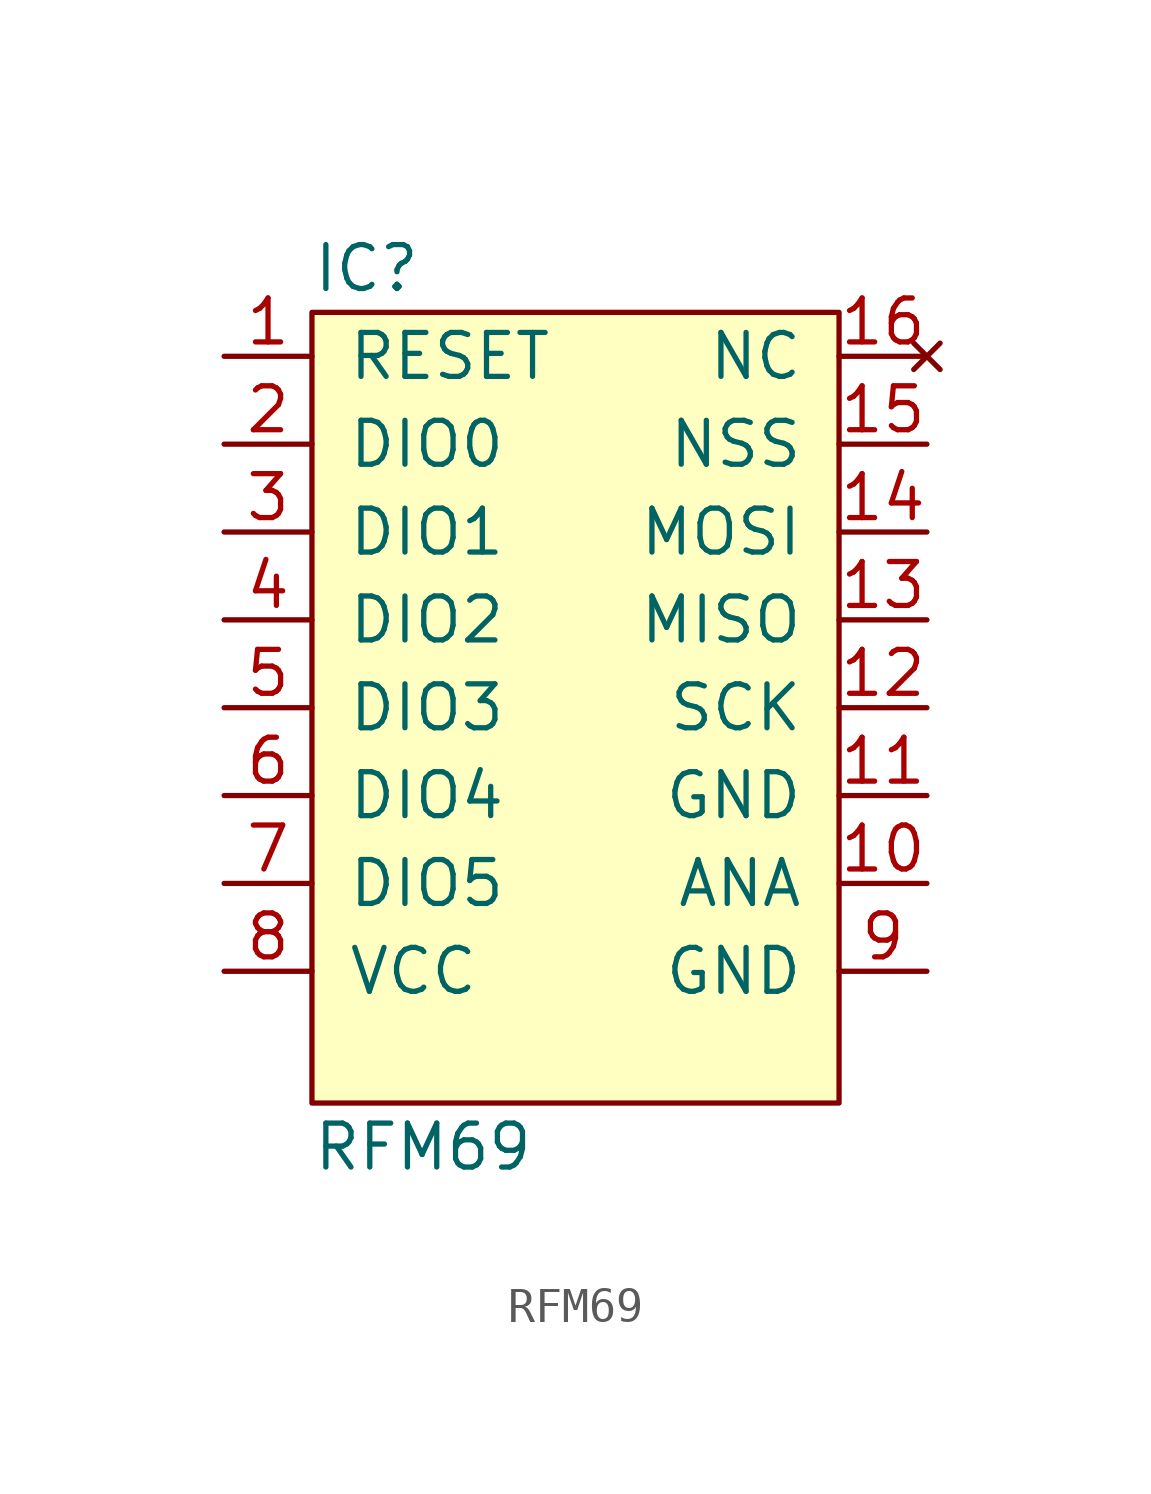
<source format=kicad_sym>
(kicad_symbol_lib
  (version 20211014)
  (generator agg_kicad.build_lib_ic)
  (symbol "RFM69"
    (pin_names
      (offset 1.016))
    (property Reference IC
      (at -7.62 12.7 0)
      (effects (font (size 1.27 1.27)) (justify left)))
    (property Value "RFM69"
      (at -7.62 -12.7 0)
      (effects (font (size 1.27 1.27)) (justify left)))
    (symbol "RFM69_0_0"
      (rectangle (start -7.62 11.43) (end 7.62 -11.43) (stroke (width 0) (type default) (color 0 0 0 0)) (fill (type background)))
      (pin input line (at -10.16 10.16 0) (length 2.54) (name RESET (effects (font (size 1.27 1.27)))) (number "1" (effects (font (size 1.27 1.27)))))
      (pin bidirectional line (at -10.16 7.62 0) (length 2.54) (name "DIO0" (effects (font (size 1.27 1.27)))) (number "2" (effects (font (size 1.27 1.27)))))
      (pin bidirectional line (at -10.16 5.08 0) (length 2.54) (name "DIO1" (effects (font (size 1.27 1.27)))) (number "3" (effects (font (size 1.27 1.27)))))
      (pin bidirectional line (at -10.16 2.54 0) (length 2.54) (name "DIO2" (effects (font (size 1.27 1.27)))) (number "4" (effects (font (size 1.27 1.27)))))
      (pin bidirectional line (at -10.16 0 0) (length 2.54) (name "DIO3" (effects (font (size 1.27 1.27)))) (number "5" (effects (font (size 1.27 1.27)))))
      (pin bidirectional line (at -10.16 -2.54 0) (length 2.54) (name "DIO4" (effects (font (size 1.27 1.27)))) (number "6" (effects (font (size 1.27 1.27)))))
      (pin bidirectional line (at -10.16 -5.08 0) (length 2.54) (name "DIO5" (effects (font (size 1.27 1.27)))) (number "7" (effects (font (size 1.27 1.27)))))
      (pin power_in line (at -10.16 -7.62 0) (length 2.54) (name VCC (effects (font (size 1.27 1.27)))) (number "8" (effects (font (size 1.27 1.27)))))
      (pin no_connect line (at 10.16 10.16 180) (length 2.54) (name NC (effects (font (size 1.27 1.27)))) (number "16" (effects (font (size 1.27 1.27)))))
      (pin input line (at 10.16 7.62 180) (length 2.54) (name NSS (effects (font (size 1.27 1.27)))) (number "15" (effects (font (size 1.27 1.27)))))
      (pin input line (at 10.16 5.08 180) (length 2.54) (name MOSI (effects (font (size 1.27 1.27)))) (number "14" (effects (font (size 1.27 1.27)))))
      (pin output line (at 10.16 2.54 180) (length 2.54) (name MISO (effects (font (size 1.27 1.27)))) (number "13" (effects (font (size 1.27 1.27)))))
      (pin input line (at 10.16 0 180) (length 2.54) (name SCK (effects (font (size 1.27 1.27)))) (number "12" (effects (font (size 1.27 1.27)))))
      (pin power_in line (at 10.16 -2.54 180) (length 2.54) (name GND (effects (font (size 1.27 1.27)))) (number "11" (effects (font (size 1.27 1.27)))))
      (pin output line (at 10.16 -5.08 180) (length 2.54) (name ANA (effects (font (size 1.27 1.27)))) (number "10" (effects (font (size 1.27 1.27)))))
      (pin power_in line (at 10.16 -7.62 180) (length 2.54) (name GND (effects (font (size 1.27 1.27)))) (number "9" (effects (font (size 1.27 1.27))))))))
</source>
